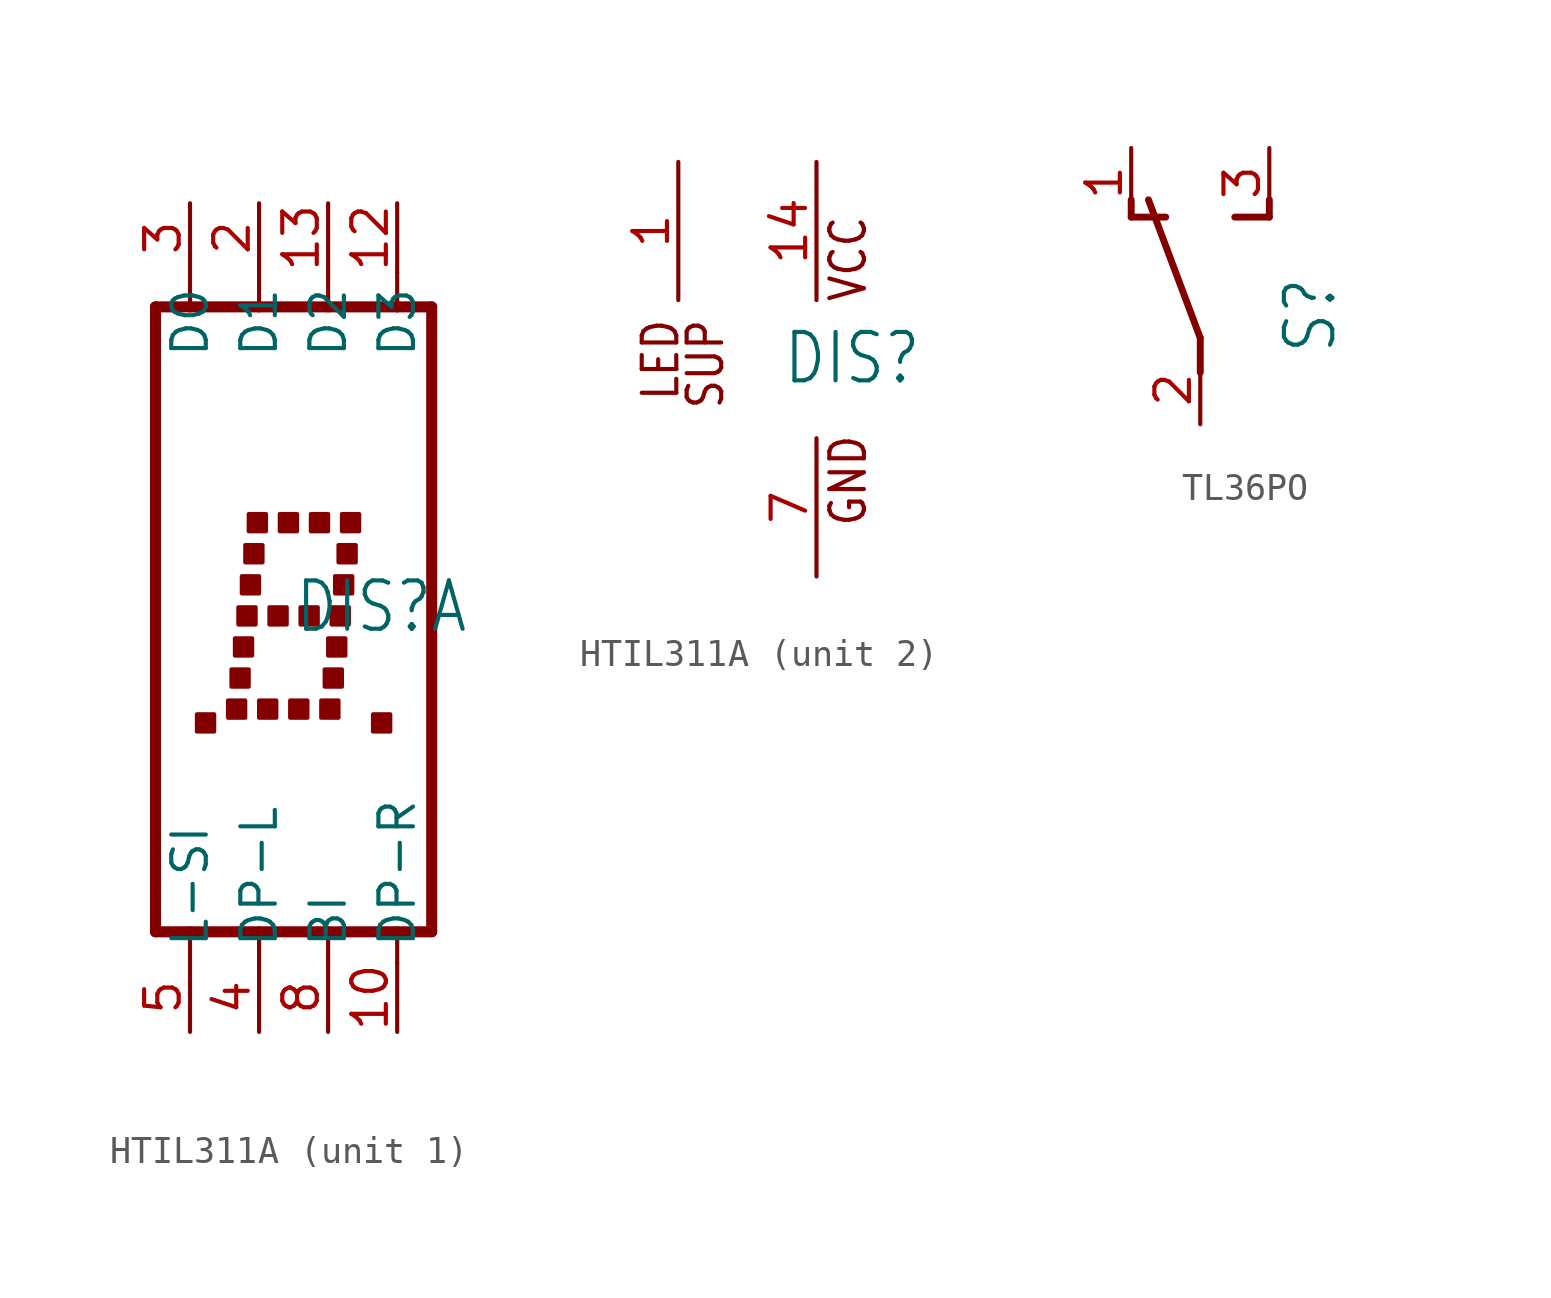
<source format=kicad_sym>
(kicad_symbol_lib
  (version 20220914)
  (generator kicad_symbol_editor)
  (symbol "HTIL311A"
    (property "Reference" "DIS"
      (at -1.27 -0.635 0)
      (effects (font (size 1.778 1.511)) (justify left bottom)))
    (property "ki_locked" ""
      (at 0 0 0)
      (effects (font (size 1.27 1.27))))
    (symbol "HTIL311A_1_0"
      (rectangle (start -4.826 -4.191) (end -4.191 -3.556) (stroke (width 0) (type default)) (fill (type outline)))
      (rectangle (start -3.683 -3.683) (end -3.048 -3.048) (stroke (width 0) (type default)) (fill (type outline)))
      (rectangle (start -3.556 -2.54) (end -2.921 -1.905) (stroke (width 0) (type default)) (fill (type outline)))
      (rectangle (start -3.429 -1.397) (end -2.794 -0.762) (stroke (width 0) (type default)) (fill (type outline)))
      (rectangle (start -3.302 -0.254) (end -2.667 0.381) (stroke (width 0) (type default)) (fill (type outline)))
      (rectangle (start -3.175 0.889) (end -2.54 1.524) (stroke (width 0) (type default)) (fill (type outline)))
      (rectangle (start -3.048 2.032) (end -2.413 2.667) (stroke (width 0) (type default)) (fill (type outline)))
      (rectangle (start -2.921 3.175) (end -2.286 3.81) (stroke (width 0) (type default)) (fill (type outline)))
      (rectangle (start -2.54 -3.683) (end -1.905 -3.048) (stroke (width 0) (type default)) (fill (type outline)))
      (rectangle (start -2.159 -0.254) (end -1.524 0.381) (stroke (width 0) (type default)) (fill (type outline)))
      (rectangle (start -1.778 3.175) (end -1.143 3.81) (stroke (width 0) (type default)) (fill (type outline)))
      (rectangle (start -1.397 -3.683) (end -0.762 -3.048) (stroke (width 0) (type default)) (fill (type outline)))
      (rectangle (start -1.016 -0.254) (end -0.381 0.381) (stroke (width 0) (type default)) (fill (type outline)))
      (rectangle (start -0.635 3.175) (end 0 3.81) (stroke (width 0) (type default)) (fill (type outline)))
      (rectangle (start -0.254 -3.683) (end 0.381 -3.048) (stroke (width 0) (type default)) (fill (type outline)))
      (rectangle (start -0.127 -2.54) (end 0.508 -1.905) (stroke (width 0) (type default)) (fill (type outline)))
      (rectangle (start 0 -1.397) (end 0.635 -0.762) (stroke (width 0) (type default)) (fill (type outline)))
      (polyline (pts (xy -6.35 -11.557) (xy -6.35 11.43)) (stroke (width 0.406) (type solid)) (fill (type none)))
      (polyline (pts (xy -6.35 -11.557) (xy 3.81 -11.557)) (stroke (width 0.406) (type solid)) (fill (type none)))
      (polyline (pts (xy -6.35 11.43) (xy -5.08 11.43)) (stroke (width 0.406) (type solid)) (fill (type none)))
      (polyline (pts (xy -5.08 -11.43) (xy -5.08 -12.7)) (stroke (width 0.152) (type solid)) (fill (type none)))
      (polyline (pts (xy -5.08 11.43) (xy -2.54 11.43)) (stroke (width 0.406) (type solid)) (fill (type none)))
      (polyline (pts (xy -5.08 12.7) (xy -5.08 11.43)) (stroke (width 0.152) (type solid)) (fill (type none)))
      (polyline (pts (xy -2.54 -11.43) (xy -2.54 -12.7)) (stroke (width 0.152) (type solid)) (fill (type none)))
      (polyline (pts (xy -2.54 11.43) (xy 0 11.43)) (stroke (width 0.406) (type solid)) (fill (type none)))
      (polyline (pts (xy -2.54 12.7) (xy -2.54 11.43)) (stroke (width 0.152) (type solid)) (fill (type none)))
      (polyline (pts (xy 0 -11.43) (xy 0 -12.7)) (stroke (width 0.152) (type solid)) (fill (type none)))
      (polyline (pts (xy 0 11.43) (xy 2.54 11.43)) (stroke (width 0.406) (type solid)) (fill (type none)))
      (polyline (pts (xy 0 12.7) (xy 0 11.43)) (stroke (width 0.152) (type solid)) (fill (type none)))
      (polyline (pts (xy 2.54 -11.43) (xy 2.54 -12.7)) (stroke (width 0.152) (type solid)) (fill (type none)))
      (polyline (pts (xy 2.54 11.43) (xy 3.81 11.43)) (stroke (width 0.406) (type solid)) (fill (type none)))
      (polyline (pts (xy 2.54 12.7) (xy 2.54 11.43)) (stroke (width 0.152) (type solid)) (fill (type none)))
      (polyline (pts (xy 3.81 11.43) (xy 3.81 -11.557)) (stroke (width 0.406) (type solid)) (fill (type none)))
      (rectangle (start 0.127 -0.254) (end 0.762 0.381) (stroke (width 0) (type default)) (fill (type outline)))
      (rectangle (start 0.254 0.889) (end 0.889 1.524) (stroke (width 0) (type default)) (fill (type outline)))
      (rectangle (start 0.381 2.032) (end 1.016 2.667) (stroke (width 0) (type default)) (fill (type outline)))
      (rectangle (start 0.508 3.175) (end 1.143 3.81) (stroke (width 0) (type default)) (fill (type outline)))
      (rectangle (start 1.651 -4.191) (end 2.286 -3.556) (stroke (width 0) (type default)) (fill (type outline)))
      (pin input line (at 2.54 -15.24 90) (length 2.54) (name "DP-R" (effects (font (size 1.27 1.27)))) (number "10" (effects (font (size 1.27 1.27)))))
      (pin input line (at 2.54 15.24 270) (length 2.54) (name "D3" (effects (font (size 1.27 1.27)))) (number "12" (effects (font (size 1.27 1.27)))))
      (pin input line (at 0 15.24 270) (length 2.54) (name "D2" (effects (font (size 1.27 1.27)))) (number "13" (effects (font (size 1.27 1.27)))))
      (pin input line (at -2.54 15.24 270) (length 2.54) (name "D1" (effects (font (size 1.27 1.27)))) (number "2" (effects (font (size 1.27 1.27)))))
      (pin input line (at -5.08 15.24 270) (length 2.54) (name "D0" (effects (font (size 1.27 1.27)))) (number "3" (effects (font (size 1.27 1.27)))))
      (pin input line (at -2.54 -15.24 90) (length 2.54) (name "DP-L" (effects (font (size 1.27 1.27)))) (number "4" (effects (font (size 1.27 1.27)))))
      (pin input line (at -5.08 -15.24 90) (length 2.54) (name "L-SI" (effects (font (size 1.27 1.27)))) (number "5" (effects (font (size 1.27 1.27)))))
      (pin input line (at 0 -15.24 90) (length 2.54) (name "BI" (effects (font (size 1.27 1.27)))) (number "8" (effects (font (size 1.27 1.27))))))
    (symbol "HTIL311A_2_0"
      (text "GND" (at 1.905 -5.842 900) (effects (font (size 1.27 1.079)) (justify left bottom)))
      (text "LED" (at -6.477 1.905 900) (effects (font (size 1.27 1.079)) (justify right top)))
      (text "SUP" (at -4.826 1.905 900) (effects (font (size 1.27 1.079)) (justify right top)))
      (text "VCC" (at 1.905 2.413 900) (effects (font (size 1.27 1.079)) (justify left bottom)))
      (pin input line (at -5.08 7.62 270) (length 5.08) (name "LEDSUP" (effects (font (size 0 0)))) (number "1" (effects (font (size 1.27 1.27)))))
      (pin power_in line (at 0 7.62 270) (length 5.08) (name "VCC" (effects (font (size 0 0)))) (number "14" (effects (font (size 1.27 1.27)))))
      (pin power_in line (at 0 -7.62 90) (length 5.08) (name "GND" (effects (font (size 0 0)))) (number "7" (effects (font (size 1.27 1.27)))))))
  (symbol "TL36PO"
    (property "Reference" "S"
      (at 5.08 -2.54 90)
      (effects (font (size 1.778 1.511)) (justify left bottom)))
    (property "Value" ""
      (at 7.62 -2.54 90)
      (effects (font (size 1.778 1.511)) (justify left bottom)))
    (property "ki_locked" ""
      (at 0 0 0)
      (effects (font (size 1.27 1.27))))
    (symbol "TL36PO_1_0"
      (polyline (pts (xy -2.54 2.54) (xy -2.54 3.175)) (stroke (width 0.254) (type solid)) (fill (type none)))
      (polyline (pts (xy -2.54 2.54) (xy -1.27 2.54)) (stroke (width 0.254) (type solid)) (fill (type none)))
      (polyline (pts (xy 0 -3.175) (xy 0 -1.905)) (stroke (width 0.254) (type solid)) (fill (type none)))
      (polyline (pts (xy 0 -1.905) (xy -1.905 3.175)) (stroke (width 0.254) (type solid)) (fill (type none)))
      (polyline (pts (xy 1.27 2.54) (xy 2.54 2.54)) (stroke (width 0.254) (type solid)) (fill (type none)))
      (polyline (pts (xy 2.54 2.54) (xy 2.54 3.175)) (stroke (width 0.254) (type solid)) (fill (type none)))
      (pin passive line (at -2.54 5.08 270) (length 2.54) (name "O" (effects (font (size 0 0)))) (number "1" (effects (font (size 1.27 1.27)))))
      (pin passive line (at 0 -5.08 90) (length 2.54) (name "P" (effects (font (size 0 0)))) (number "2" (effects (font (size 1.27 1.27)))))
      (pin passive line (at 2.54 5.08 270) (length 2.54) (name "S" (effects (font (size 0 0)))) (number "3" (effects (font (size 1.27 1.27))))))))
</source>
